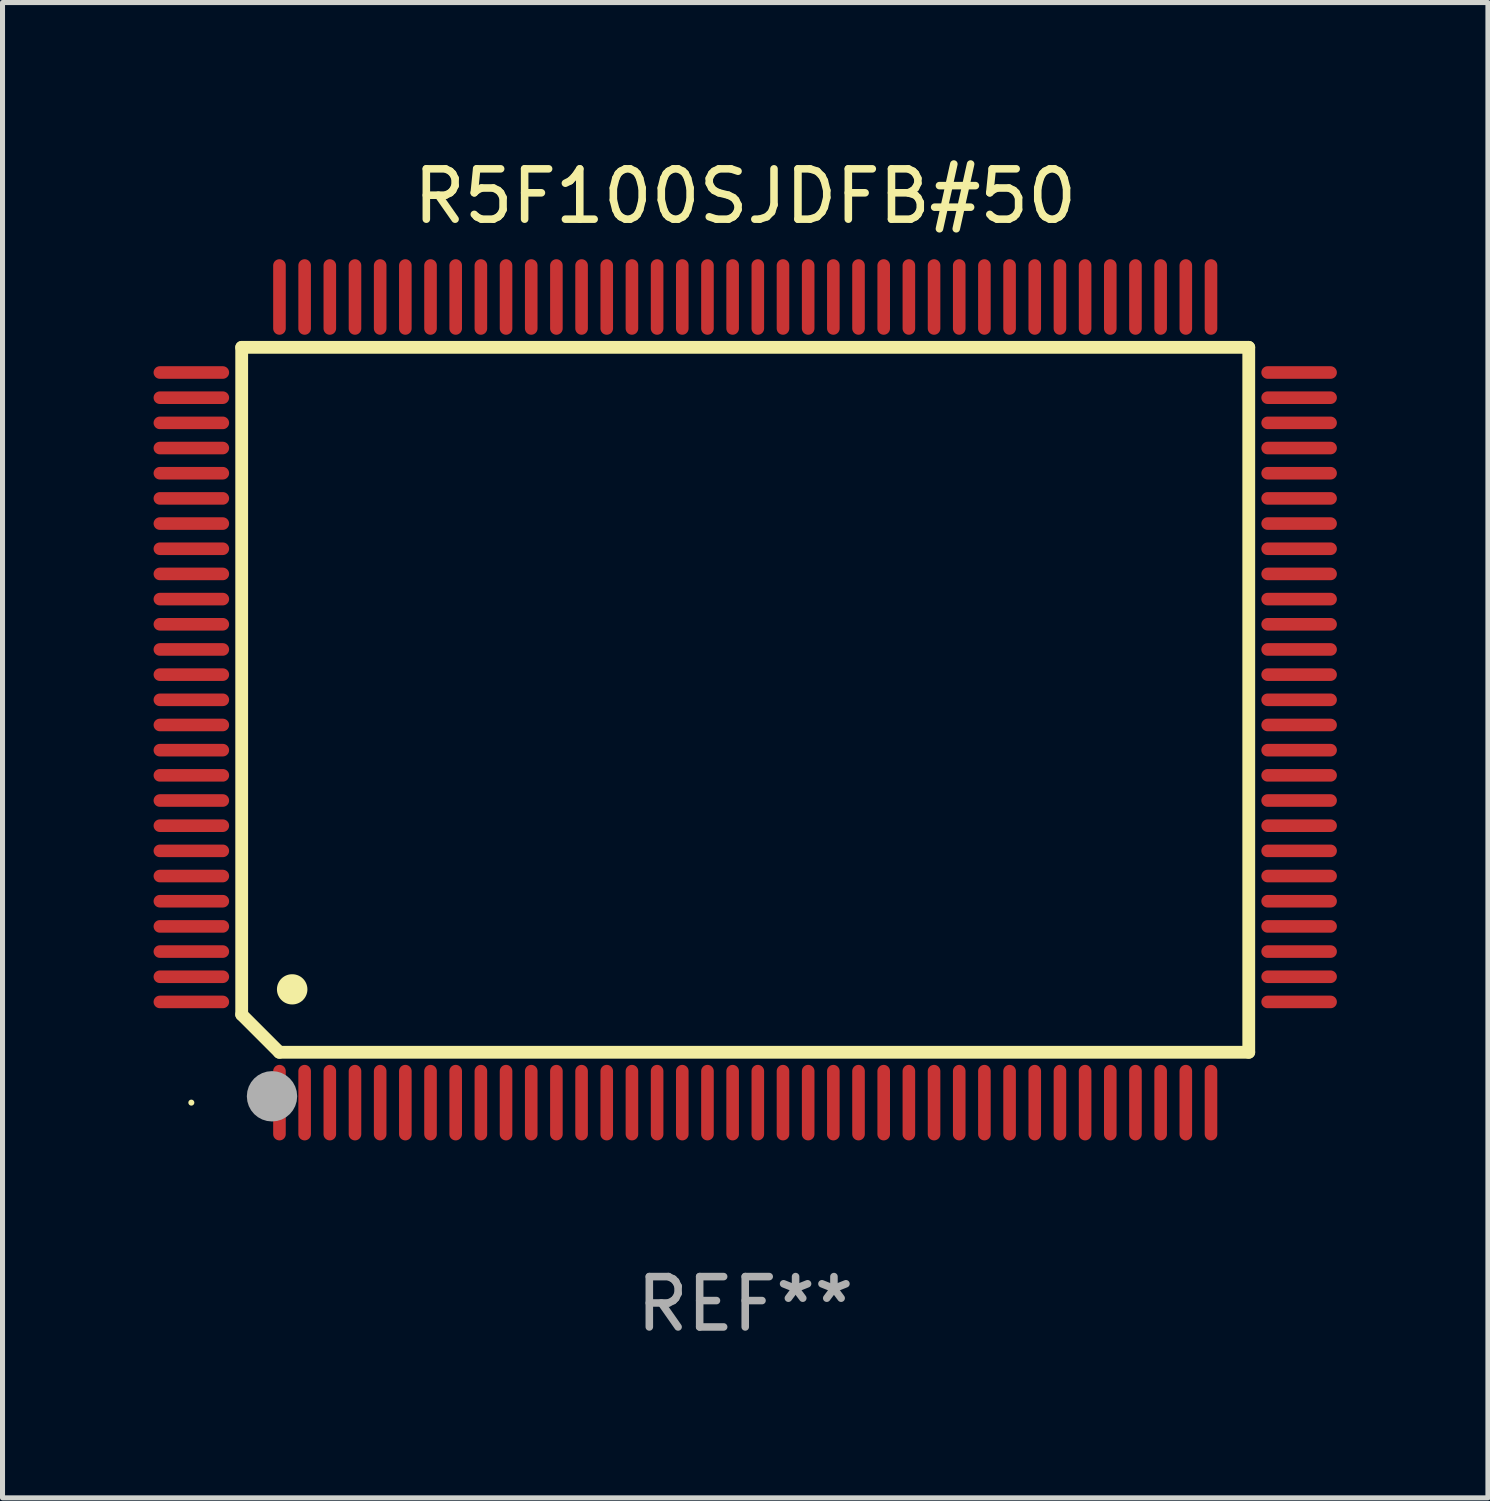
<source format=kicad_pcb>
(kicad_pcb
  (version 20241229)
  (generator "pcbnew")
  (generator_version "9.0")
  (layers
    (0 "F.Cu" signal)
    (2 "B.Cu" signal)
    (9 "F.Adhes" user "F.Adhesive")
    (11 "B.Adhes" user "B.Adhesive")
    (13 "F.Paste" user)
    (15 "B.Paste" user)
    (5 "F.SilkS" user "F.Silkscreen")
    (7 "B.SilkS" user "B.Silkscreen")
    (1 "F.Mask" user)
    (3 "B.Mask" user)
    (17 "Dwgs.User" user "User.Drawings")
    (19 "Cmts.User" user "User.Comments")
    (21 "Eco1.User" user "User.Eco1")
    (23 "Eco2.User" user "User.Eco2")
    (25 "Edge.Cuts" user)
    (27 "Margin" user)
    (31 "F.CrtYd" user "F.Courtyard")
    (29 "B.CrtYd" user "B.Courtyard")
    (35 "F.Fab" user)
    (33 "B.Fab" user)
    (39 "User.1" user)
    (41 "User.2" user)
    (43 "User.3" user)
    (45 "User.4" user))
  (footprint "R5F100SJDFB#50"
    (layer "F.Cu")
    (at 11.75 10.848)
    (property "Reference" "R5F100SJDFB#50" (at 0 -10 0) (layer "F.SilkS") (effects (font (size 1 1) (thickness 0.15))))
    (attr through_hole)
    (fp_line (start -10 -7) (end -10 6.25) (stroke (width 0.254) (type solid)) (layer "F.SilkS"))
    (fp_line (start -10 -7) (end 10 -7) (stroke (width 0.254) (type solid)) (layer "F.SilkS"))
    (fp_line (start -9.252 7) (end -10 6.252) (stroke (width 0.254) (type solid)) (layer "F.SilkS"))
    (fp_line (start 10 -7) (end 10 7) (stroke (width 0.254) (type solid)) (layer "F.SilkS"))
    (fp_line (start 10 7) (end -9.252 7) (stroke (width 0.254) (type solid)) (layer "F.SilkS"))
    (fp_arc (start -9.000025 5.750013) (mid -8.997485 5.750002) (end -8.994945 5.750013) (stroke (width 0.6) (type solid)) (layer "F.SilkS"))
    (fp_circle (center -11 8) (end -10.97 8) (stroke (width 0.06) (type solid)) (fill no) (layer "F.SilkS"))
    (fp_circle (center -9.398 7.874) (end -9.148 7.874) (stroke (width 0.5) (type solid)) (fill no) (layer "F.Fab"))
    (fp_text user "REF**" (at 0 12 0) (layer "F.Fab") (effects (font (size 1 1) (thickness 0.15))))
    (pad "1" smd oval (at -9.25 8) (size 0.25 1.5) (layers "F.Cu" "F.Mask" "F.Paste"))
    (pad "2" smd oval (at -8.75 8) (size 0.25 1.5) (layers "F.Cu" "F.Mask" "F.Paste"))
    (pad "3" smd oval (at -8.25 8) (size 0.25 1.5) (layers "F.Cu" "F.Mask" "F.Paste"))
    (pad "4" smd oval (at -7.75 8) (size 0.25 1.5) (layers "F.Cu" "F.Mask" "F.Paste"))
    (pad "5" smd oval (at -7.25 8) (size 0.25 1.5) (layers "F.Cu" "F.Mask" "F.Paste"))
    (pad "6" smd oval (at -6.75 8) (size 0.25 1.5) (layers "F.Cu" "F.Mask" "F.Paste"))
    (pad "7" smd oval (at -6.25 8) (size 0.25 1.5) (layers "F.Cu" "F.Mask" "F.Paste"))
    (pad "8" smd oval (at -5.75 8) (size 0.25 1.5) (layers "F.Cu" "F.Mask" "F.Paste"))
    (pad "9" smd oval (at -5.25 8) (size 0.25 1.5) (layers "F.Cu" "F.Mask" "F.Paste"))
    (pad "10" smd oval (at -4.75 8) (size 0.25 1.5) (layers "F.Cu" "F.Mask" "F.Paste"))
    (pad "11" smd oval (at -4.25 8) (size 0.25 1.5) (layers "F.Cu" "F.Mask" "F.Paste"))
    (pad "12" smd oval (at -3.75 8) (size 0.25 1.5) (layers "F.Cu" "F.Mask" "F.Paste"))
    (pad "13" smd oval (at -3.25 8) (size 0.25 1.5) (layers "F.Cu" "F.Mask" "F.Paste"))
    (pad "14" smd oval (at -2.75 8) (size 0.25 1.5) (layers "F.Cu" "F.Mask" "F.Paste"))
    (pad "15" smd oval (at -2.25 8) (size 0.25 1.5) (layers "F.Cu" "F.Mask" "F.Paste"))
    (pad "16" smd oval (at -1.75 8) (size 0.25 1.5) (layers "F.Cu" "F.Mask" "F.Paste"))
    (pad "17" smd oval (at -1.25 8) (size 0.25 1.5) (layers "F.Cu" "F.Mask" "F.Paste"))
    (pad "18" smd oval (at -0.75 8) (size 0.25 1.5) (layers "F.Cu" "F.Mask" "F.Paste"))
    (pad "19" smd oval (at -0.25 8) (size 0.25 1.5) (layers "F.Cu" "F.Mask" "F.Paste"))
    (pad "20" smd oval (at 0.25 8) (size 0.25 1.5) (layers "F.Cu" "F.Mask" "F.Paste"))
    (pad "21" smd oval (at 0.75 8) (size 0.25 1.5) (layers "F.Cu" "F.Mask" "F.Paste"))
    (pad "22" smd oval (at 1.25 8) (size 0.25 1.5) (layers "F.Cu" "F.Mask" "F.Paste"))
    (pad "23" smd oval (at 1.75 8) (size 0.25 1.5) (layers "F.Cu" "F.Mask" "F.Paste"))
    (pad "24" smd oval (at 2.25 8) (size 0.25 1.5) (layers "F.Cu" "F.Mask" "F.Paste"))
    (pad "25" smd oval (at 2.75 8) (size 0.25 1.5) (layers "F.Cu" "F.Mask" "F.Paste"))
    (pad "26" smd oval (at 3.25 8) (size 0.25 1.5) (layers "F.Cu" "F.Mask" "F.Paste"))
    (pad "27" smd oval (at 3.75 8) (size 0.25 1.5) (layers "F.Cu" "F.Mask" "F.Paste"))
    (pad "28" smd oval (at 4.25 8) (size 0.25 1.5) (layers "F.Cu" "F.Mask" "F.Paste"))
    (pad "29" smd oval (at 4.75 8) (size 0.25 1.5) (layers "F.Cu" "F.Mask" "F.Paste"))
    (pad "30" smd oval (at 5.25 8) (size 0.25 1.5) (layers "F.Cu" "F.Mask" "F.Paste"))
    (pad "31" smd oval (at 5.75 8) (size 0.25 1.5) (layers "F.Cu" "F.Mask" "F.Paste"))
    (pad "32" smd oval (at 6.25 8) (size 0.25 1.5) (layers "F.Cu" "F.Mask" "F.Paste"))
    (pad "33" smd oval (at 6.75 8 180) (size 0.25 1.5) (layers "F.Cu" "F.Mask" "F.Paste"))
    (pad "34" smd oval (at 7.25 8 180) (size 0.25 1.5) (layers "F.Cu" "F.Mask" "F.Paste"))
    (pad "35" smd oval (at 7.75 8 180) (size 0.25 1.5) (layers "F.Cu" "F.Mask" "F.Paste"))
    (pad "36" smd oval (at 8.25 8 180) (size 0.25 1.5) (layers "F.Cu" "F.Mask" "F.Paste"))
    (pad "37" smd oval (at 8.75 8 180) (size 0.25 1.5) (layers "F.Cu" "F.Mask" "F.Paste"))
    (pad "38" smd oval (at 9.25 8 180) (size 0.25 1.5) (layers "F.Cu" "F.Mask" "F.Paste"))
    (pad "39" smd oval (at 11 6 270) (size 0.25 1.5) (layers "F.Cu" "F.Mask" "F.Paste"))
    (pad "40" smd oval (at 11 5.5 270) (size 0.25 1.5) (layers "F.Cu" "F.Mask" "F.Paste"))
    (pad "41" smd oval (at 11 5 270) (size 0.25 1.5) (layers "F.Cu" "F.Mask" "F.Paste"))
    (pad "42" smd oval (at 11 4.5 270) (size 0.25 1.5) (layers "F.Cu" "F.Mask" "F.Paste"))
    (pad "43" smd oval (at 11 4 270) (size 0.25 1.5) (layers "F.Cu" "F.Mask" "F.Paste"))
    (pad "44" smd oval (at 11 3.5 270) (size 0.25 1.5) (layers "F.Cu" "F.Mask" "F.Paste"))
    (pad "45" smd oval (at 11 3 270) (size 0.25 1.5) (layers "F.Cu" "F.Mask" "F.Paste"))
    (pad "46" smd oval (at 11 2.5 270) (size 0.25 1.5) (layers "F.Cu" "F.Mask" "F.Paste"))
    (pad "47" smd oval (at 11 2 270) (size 0.25 1.5) (layers "F.Cu" "F.Mask" "F.Paste"))
    (pad "48" smd oval (at 11 1.5 270) (size 0.25 1.5) (layers "F.Cu" "F.Mask" "F.Paste"))
    (pad "49" smd oval (at 11 1 270) (size 0.25 1.5) (layers "F.Cu" "F.Mask" "F.Paste"))
    (pad "50" smd oval (at 11 0.5 270) (size 0.25 1.5) (layers "F.Cu" "F.Mask" "F.Paste"))
    (pad "51" smd oval (at 11 0 270) (size 0.25 1.5) (layers "F.Cu" "F.Mask" "F.Paste"))
    (pad "52" smd oval (at 11 -0.5 270) (size 0.25 1.5) (layers "F.Cu" "F.Mask" "F.Paste"))
    (pad "53" smd oval (at 11 -1 270) (size 0.25 1.5) (layers "F.Cu" "F.Mask" "F.Paste"))
    (pad "54" smd oval (at 11 -1.5 270) (size 0.25 1.5) (layers "F.Cu" "F.Mask" "F.Paste"))
    (pad "55" smd oval (at 11 -2 270) (size 0.25 1.5) (layers "F.Cu" "F.Mask" "F.Paste"))
    (pad "56" smd oval (at 11 -2.5 270) (size 0.25 1.5) (layers "F.Cu" "F.Mask" "F.Paste"))
    (pad "57" smd oval (at 11 -3 270) (size 0.25 1.5) (layers "F.Cu" "F.Mask" "F.Paste"))
    (pad "58" smd oval (at 11 -3.5 270) (size 0.25 1.5) (layers "F.Cu" "F.Mask" "F.Paste"))
    (pad "59" smd oval (at 11 -4 270) (size 0.25 1.5) (layers "F.Cu" "F.Mask" "F.Paste"))
    (pad "60" smd oval (at 11 -4.5 270) (size 0.25 1.5) (layers "F.Cu" "F.Mask" "F.Paste"))
    (pad "61" smd oval (at 11 -5 270) (size 0.25 1.5) (layers "F.Cu" "F.Mask" "F.Paste"))
    (pad "62" smd oval (at 11 -5.5 270) (size 0.25 1.5) (layers "F.Cu" "F.Mask" "F.Paste"))
    (pad "63" smd oval (at 11 -6 270) (size 0.25 1.5) (layers "F.Cu" "F.Mask" "F.Paste"))
    (pad "64" smd oval (at 11 -6.5 270) (size 0.25 1.5) (layers "F.Cu" "F.Mask" "F.Paste"))
    (pad "65" smd oval (at 9.25 -8 180) (size 0.25 1.5) (layers "F.Cu" "F.Mask" "F.Paste"))
    (pad "66" smd oval (at 8.75 -8 180) (size 0.25 1.5) (layers "F.Cu" "F.Mask" "F.Paste"))
    (pad "67" smd oval (at 8.25 -8 180) (size 0.25 1.5) (layers "F.Cu" "F.Mask" "F.Paste"))
    (pad "68" smd oval (at 7.75 -8 180) (size 0.25 1.5) (layers "F.Cu" "F.Mask" "F.Paste"))
    (pad "69" smd oval (at 7.25 -8 180) (size 0.25 1.5) (layers "F.Cu" "F.Mask" "F.Paste"))
    (pad "70" smd oval (at 6.75 -8 180) (size 0.25 1.5) (layers "F.Cu" "F.Mask" "F.Paste"))
    (pad "71" smd oval (at 6.25 -8 180) (size 0.25 1.5) (layers "F.Cu" "F.Mask" "F.Paste"))
    (pad "72" smd oval (at 5.75 -8 180) (size 0.25 1.5) (layers "F.Cu" "F.Mask" "F.Paste"))
    (pad "73" smd oval (at 5.25 -8 180) (size 0.25 1.5) (layers "F.Cu" "F.Mask" "F.Paste"))
    (pad "74" smd oval (at 4.75 -8 180) (size 0.25 1.5) (layers "F.Cu" "F.Mask" "F.Paste"))
    (pad "75" smd oval (at 4.25 -8 180) (size 0.25 1.5) (layers "F.Cu" "F.Mask" "F.Paste"))
    (pad "76" smd oval (at 3.75 -8 180) (size 0.25 1.5) (layers "F.Cu" "F.Mask" "F.Paste"))
    (pad "77" smd oval (at 3.25 -8 180) (size 0.25 1.5) (layers "F.Cu" "F.Mask" "F.Paste"))
    (pad "78" smd oval (at 2.75 -8 180) (size 0.25 1.5) (layers "F.Cu" "F.Mask" "F.Paste"))
    (pad "79" smd oval (at 2.25 -8 180) (size 0.25 1.5) (layers "F.Cu" "F.Mask" "F.Paste"))
    (pad "80" smd oval (at 1.75 -8 180) (size 0.25 1.5) (layers "F.Cu" "F.Mask" "F.Paste"))
    (pad "81" smd oval (at 1.25 -8 180) (size 0.25 1.5) (layers "F.Cu" "F.Mask" "F.Paste"))
    (pad "82" smd oval (at 0.75 -8 180) (size 0.25 1.5) (layers "F.Cu" "F.Mask" "F.Paste"))
    (pad "83" smd oval (at 0.25 -8 180) (size 0.25 1.5) (layers "F.Cu" "F.Mask" "F.Paste"))
    (pad "84" smd oval (at -0.25 -8 180) (size 0.25 1.5) (layers "F.Cu" "F.Mask" "F.Paste"))
    (pad "85" smd oval (at -0.75 -8 180) (size 0.25 1.5) (layers "F.Cu" "F.Mask" "F.Paste"))
    (pad "86" smd oval (at -1.25 -8 180) (size 0.25 1.5) (layers "F.Cu" "F.Mask" "F.Paste"))
    (pad "87" smd oval (at -1.75 -8 180) (size 0.25 1.5) (layers "F.Cu" "F.Mask" "F.Paste"))
    (pad "88" smd oval (at -2.25 -8 180) (size 0.25 1.5) (layers "F.Cu" "F.Mask" "F.Paste"))
    (pad "89" smd oval (at -2.75 -8 180) (size 0.25 1.5) (layers "F.Cu" "F.Mask" "F.Paste"))
    (pad "90" smd oval (at -3.25 -8 180) (size 0.25 1.5) (layers "F.Cu" "F.Mask" "F.Paste"))
    (pad "91" smd oval (at -3.75 -8 180) (size 0.25 1.5) (layers "F.Cu" "F.Mask" "F.Paste"))
    (pad "92" smd oval (at -4.25 -8 180) (size 0.25 1.5) (layers "F.Cu" "F.Mask" "F.Paste"))
    (pad "93" smd oval (at -4.75 -8 180) (size 0.25 1.5) (layers "F.Cu" "F.Mask" "F.Paste"))
    (pad "94" smd oval (at -5.25 -8 180) (size 0.25 1.5) (layers "F.Cu" "F.Mask" "F.Paste"))
    (pad "95" smd oval (at -5.75 -8 180) (size 0.25 1.5) (layers "F.Cu" "F.Mask" "F.Paste"))
    (pad "96" smd oval (at -6.25 -8 180) (size 0.25 1.5) (layers "F.Cu" "F.Mask" "F.Paste"))
    (pad "97" smd oval (at -6.75 -8 180) (size 0.25 1.5) (layers "F.Cu" "F.Mask" "F.Paste"))
    (pad "98" smd oval (at -7.25 -8 180) (size 0.25 1.5) (layers "F.Cu" "F.Mask" "F.Paste"))
    (pad "99" smd oval (at -7.75 -8 180) (size 0.25 1.5) (layers "F.Cu" "F.Mask" "F.Paste"))
    (pad "100" smd oval (at -8.25 -8 180) (size 0.25 1.5) (layers "F.Cu" "F.Mask" "F.Paste"))
    (pad "101" smd oval (at -8.75 -8 180) (size 0.25 1.5) (layers "F.Cu" "F.Mask" "F.Paste"))
    (pad "102" smd oval (at -9.25 -8) (size 0.25 1.5) (layers "F.Cu" "F.Mask" "F.Paste"))
    (pad "103" smd oval (at -11 -6.5 270) (size 0.25 1.5) (layers "F.Cu" "F.Mask" "F.Paste"))
    (pad "104" smd oval (at -11 -6 270) (size 0.25 1.5) (layers "F.Cu" "F.Mask" "F.Paste"))
    (pad "105" smd oval (at -11 -5.5 270) (size 0.25 1.5) (layers "F.Cu" "F.Mask" "F.Paste"))
    (pad "106" smd oval (at -11 -5 270) (size 0.25 1.5) (layers "F.Cu" "F.Mask" "F.Paste"))
    (pad "107" smd oval (at -11 -4.5 270) (size 0.25 1.5) (layers "F.Cu" "F.Mask" "F.Paste"))
    (pad "108" smd oval (at -11 -4 270) (size 0.25 1.5) (layers "F.Cu" "F.Mask" "F.Paste"))
    (pad "109" smd oval (at -11 -3.5 270) (size 0.25 1.5) (layers "F.Cu" "F.Mask" "F.Paste"))
    (pad "110" smd oval (at -11 -3 270) (size 0.25 1.5) (layers "F.Cu" "F.Mask" "F.Paste"))
    (pad "111" smd oval (at -11 -2.5 270) (size 0.25 1.5) (layers "F.Cu" "F.Mask" "F.Paste"))
    (pad "112" smd oval (at -11 -2 270) (size 0.25 1.5) (layers "F.Cu" "F.Mask" "F.Paste"))
    (pad "113" smd oval (at -11 -1.5 270) (size 0.25 1.5) (layers "F.Cu" "F.Mask" "F.Paste"))
    (pad "114" smd oval (at -11 -1 270) (size 0.25 1.5) (layers "F.Cu" "F.Mask" "F.Paste"))
    (pad "115" smd oval (at -11 -0.5 270) (size 0.25 1.5) (layers "F.Cu" "F.Mask" "F.Paste"))
    (pad "116" smd oval (at -11 0 270) (size 0.25 1.5) (layers "F.Cu" "F.Mask" "F.Paste"))
    (pad "117" smd oval (at -11 0.5 270) (size 0.25 1.5) (layers "F.Cu" "F.Mask" "F.Paste"))
    (pad "118" smd oval (at -11 1 270) (size 0.25 1.5) (layers "F.Cu" "F.Mask" "F.Paste"))
    (pad "119" smd oval (at -11 1.5 270) (size 0.25 1.5) (layers "F.Cu" "F.Mask" "F.Paste"))
    (pad "120" smd oval (at -11 2 270) (size 0.25 1.5) (layers "F.Cu" "F.Mask" "F.Paste"))
    (pad "121" smd oval (at -11 2.5 270) (size 0.25 1.5) (layers "F.Cu" "F.Mask" "F.Paste"))
    (pad "122" smd oval (at -11 3 270) (size 0.25 1.5) (layers "F.Cu" "F.Mask" "F.Paste"))
    (pad "123" smd oval (at -11 3.5 270) (size 0.25 1.5) (layers "F.Cu" "F.Mask" "F.Paste"))
    (pad "124" smd oval (at -11 4 270) (size 0.25 1.5) (layers "F.Cu" "F.Mask" "F.Paste"))
    (pad "125" smd oval (at -11 4.5 270) (size 0.25 1.5) (layers "F.Cu" "F.Mask" "F.Paste"))
    (pad "126" smd oval (at -11 5 270) (size 0.25 1.5) (layers "F.Cu" "F.Mask" "F.Paste"))
    (pad "127" smd oval (at -11 5.5 270) (size 0.25 1.5) (layers "F.Cu" "F.Mask" "F.Paste"))
    (pad "128" smd oval (at -11 6 270) (size 0.25 1.5) (layers "F.Cu" "F.Mask" "F.Paste")))
  (gr_rect
    (start -3 -3)
    (end 26.5 26.697)
    (stroke (width 0.1) (type default))
    (fill no)
    (layer "Edge.Cuts")))
</source>
